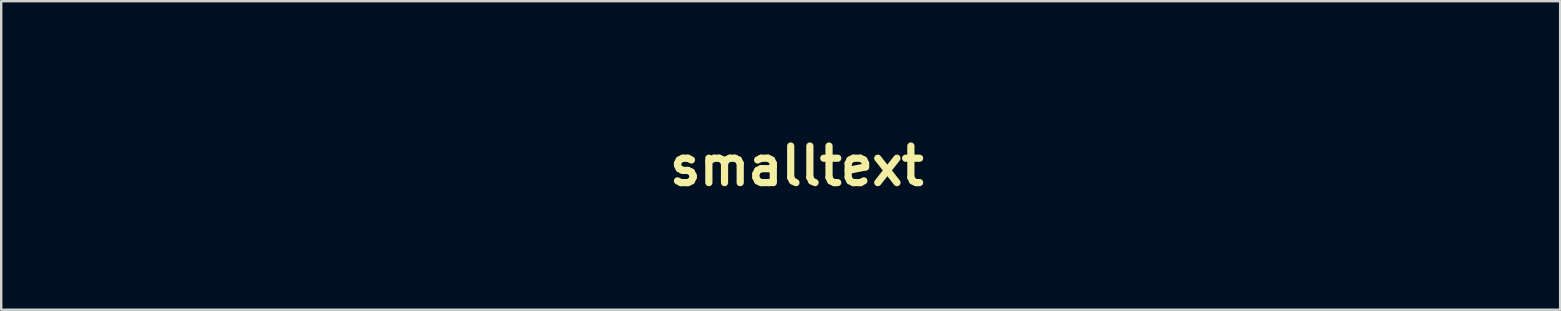
<source format=kicad_pcb>
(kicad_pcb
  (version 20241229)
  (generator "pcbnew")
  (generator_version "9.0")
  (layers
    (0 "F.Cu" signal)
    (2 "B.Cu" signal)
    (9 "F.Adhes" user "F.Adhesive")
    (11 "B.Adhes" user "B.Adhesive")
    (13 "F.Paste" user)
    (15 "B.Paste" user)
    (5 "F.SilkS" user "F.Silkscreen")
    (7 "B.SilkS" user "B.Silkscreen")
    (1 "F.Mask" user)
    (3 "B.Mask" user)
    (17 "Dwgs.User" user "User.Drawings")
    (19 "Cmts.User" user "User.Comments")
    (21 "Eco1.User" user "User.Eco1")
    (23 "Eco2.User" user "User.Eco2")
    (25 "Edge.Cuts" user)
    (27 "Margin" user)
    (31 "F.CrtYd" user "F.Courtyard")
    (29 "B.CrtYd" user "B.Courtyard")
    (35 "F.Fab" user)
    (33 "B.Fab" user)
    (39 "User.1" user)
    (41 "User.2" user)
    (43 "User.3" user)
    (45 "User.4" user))
  (footprint "smalltext"
    (layer "F.Cu")
    (at 30.154 3.87)
    (property "Reference" "smalltext" (at 0 0 0) (layer "F.SilkS") (effects (font (size 1.524 1.524) (thickness 0.3))))
    (attr through_hole)
    (fp_poly (pts (xy -29.992 -3.206) (xy -29.957 -2.901) (xy -29.935 -2.418) (xy -29.928 -1.822) (xy -29.936 -1.193) (xy -29.958 -0.72) (xy -29.994 -0.426) (xy -30.038 -0.331) (xy -30.085 -0.438) (xy -30.12 -0.744) (xy -30.142 -1.227) (xy -30.149 -1.822) (xy -30.141 -2.452) (xy -30.118 -2.925) (xy -30.082 -3.219) (xy -30.038 -3.313) (xy -29.992 -3.206)) (stroke (width 0.01) (type solid)) (fill yes) (layer "F.Paste"))
    (fp_poly (pts (xy -29.992 0.107) (xy -29.957 0.412) (xy -29.935 0.895) (xy -29.928 1.491) (xy -29.936 2.121) (xy -29.958 2.593) (xy -29.994 2.887) (xy -30.038 2.982) (xy -30.085 2.875) (xy -30.12 2.569) (xy -30.142 2.086) (xy -30.149 1.491) (xy -30.141 0.861) (xy -30.118 0.388) (xy -30.082 0.094) (xy -30.038 0) (xy -29.992 0.107)) (stroke (width 0.01) (type solid)) (fill yes) (layer "F.Paste"))
    (fp_poly (pts (xy -24.691 -3.206) (xy -24.656 -2.901) (xy -24.634 -2.418) (xy -24.627 -1.822) (xy -24.635 -1.193) (xy -24.658 -0.72) (xy -24.693 -0.426) (xy -24.737 -0.331) (xy -24.784 -0.438) (xy -24.819 -0.744) (xy -24.841 -1.227) (xy -24.848 -1.822) (xy -24.84 -2.452) (xy -24.817 -2.925) (xy -24.782 -3.219) (xy -24.737 -3.313) (xy -24.691 -3.206)) (stroke (width 0.01) (type solid)) (fill yes) (layer "F.Paste"))
    (fp_poly (pts (xy -24.691 0.107) (xy -24.656 0.412) (xy -24.634 0.895) (xy -24.627 1.491) (xy -24.635 2.121) (xy -24.658 2.593) (xy -24.693 2.887) (xy -24.737 2.982) (xy -24.784 2.875) (xy -24.819 2.569) (xy -24.841 2.086) (xy -24.848 1.491) (xy -24.84 0.861) (xy -24.817 0.388) (xy -24.782 0.094) (xy -24.737 0) (xy -24.691 0.107)) (stroke (width 0.01) (type solid)) (fill yes) (layer "F.Paste"))
    (fp_poly (pts (xy -19.052 1.448) (xy -18.845 1.493) (xy -18.775 1.581) (xy -18.774 1.601) (xy -18.825 1.697) (xy -19.005 1.749) (xy -19.357 1.767) (xy -19.437 1.767) (xy -19.821 1.754) (xy -20.028 1.709) (xy -20.098 1.621) (xy -20.099 1.601) (xy -20.048 1.505) (xy -19.868 1.453) (xy -19.516 1.436) (xy -19.437 1.436) (xy -19.052 1.448)) (stroke (width 0.01) (type solid)) (fill yes) (layer "F.Paste"))
    (fp_poly (pts (xy -17.285 1.448) (xy -17.078 1.493) (xy -17.008 1.581) (xy -17.007 1.601) (xy -17.058 1.697) (xy -17.238 1.749) (xy -17.59 1.767) (xy -17.67 1.767) (xy -18.054 1.754) (xy -18.261 1.709) (xy -18.331 1.621) (xy -18.332 1.601) (xy -18.281 1.505) (xy -18.101 1.453) (xy -17.749 1.436) (xy -17.67 1.436) (xy -17.285 1.448)) (stroke (width 0.01) (type solid)) (fill yes) (layer "F.Paste"))
    (fp_poly (pts (xy -12.322 -3.206) (xy -12.287 -2.901) (xy -12.265 -2.418) (xy -12.258 -1.822) (xy -12.266 -1.193) (xy -12.289 -0.72) (xy -12.325 -0.426) (xy -12.369 -0.331) (xy -12.415 -0.438) (xy -12.45 -0.744) (xy -12.472 -1.227) (xy -12.479 -1.822) (xy -12.471 -2.452) (xy -12.449 -2.925) (xy -12.413 -3.219) (xy -12.369 -3.313) (xy -12.322 -3.206)) (stroke (width 0.01) (type solid)) (fill yes) (layer "F.Paste"))
    (fp_poly (pts (xy -12.322 0.107) (xy -12.287 0.412) (xy -12.265 0.895) (xy -12.258 1.491) (xy -12.266 2.121) (xy -12.289 2.593) (xy -12.325 2.887) (xy -12.369 2.982) (xy -12.415 2.875) (xy -12.45 2.569) (xy -12.472 2.086) (xy -12.479 1.491) (xy -12.471 0.861) (xy -12.449 0.388) (xy -12.413 0.094) (xy -12.369 0) (xy -12.322 0.107)) (stroke (width 0.01) (type solid)) (fill yes) (layer "F.Paste"))
    (fp_poly (pts (xy -7.021 -3.206) (xy -6.986 -2.901) (xy -6.964 -2.418) (xy -6.957 -1.822) (xy -6.965 -1.193) (xy -6.988 -0.72) (xy -7.024 -0.426) (xy -7.068 -0.331) (xy -7.114 -0.438) (xy -7.149 -0.744) (xy -7.171 -1.227) (xy -7.178 -1.822) (xy -7.17 -2.452) (xy -7.148 -2.925) (xy -7.112 -3.219) (xy -7.068 -3.313) (xy -7.021 -3.206)) (stroke (width 0.01) (type solid)) (fill yes) (layer "F.Paste"))
    (fp_poly (pts (xy -7.021 0.107) (xy -6.986 0.412) (xy -6.964 0.895) (xy -6.957 1.491) (xy -6.965 2.121) (xy -6.988 2.593) (xy -7.024 2.887) (xy -7.068 2.982) (xy -7.114 2.875) (xy -7.149 2.569) (xy -7.171 2.086) (xy -7.178 1.491) (xy -7.17 0.861) (xy -7.148 0.388) (xy -7.112 0.094) (xy -7.068 0) (xy -7.021 0.107)) (stroke (width 0.01) (type solid)) (fill yes) (layer "F.Paste"))
    (fp_poly (pts (xy -3.487 -3.206) (xy -3.452 -2.901) (xy -3.43 -2.418) (xy -3.423 -1.822) (xy -3.431 -1.193) (xy -3.454 -0.72) (xy -3.49 -0.426) (xy -3.534 -0.331) (xy -3.581 -0.438) (xy -3.616 -0.744) (xy -3.637 -1.227) (xy -3.644 -1.822) (xy -3.636 -2.452) (xy -3.614 -2.925) (xy -3.578 -3.219) (xy -3.534 -3.313) (xy -3.487 -3.206)) (stroke (width 0.01) (type solid)) (fill yes) (layer "F.Paste"))
    (fp_poly (pts (xy -3.487 0.107) (xy -3.452 0.412) (xy -3.43 0.895) (xy -3.423 1.491) (xy -3.431 2.121) (xy -3.454 2.593) (xy -3.49 2.887) (xy -3.534 2.982) (xy -3.581 2.875) (xy -3.616 2.569) (xy -3.637 2.086) (xy -3.644 1.491) (xy -3.636 0.861) (xy -3.614 0.388) (xy -3.578 0.094) (xy -3.534 0) (xy -3.487 0.107)) (stroke (width 0.01) (type solid)) (fill yes) (layer "F.Paste"))
    (fp_poly (pts (xy -1.329 -3.852) (xy -1.022 -3.817) (xy -0.886 -3.765) (xy -0.883 -3.755) (xy -0.987 -3.7) (xy -1.269 -3.662) (xy -1.688 -3.645) (xy -1.767 -3.644) (xy -2.204 -3.657) (xy -2.512 -3.693) (xy -2.647 -3.745) (xy -2.65 -3.755) (xy -2.547 -3.809) (xy -2.265 -3.848) (xy -1.846 -3.865) (xy -1.767 -3.865) (xy -1.329 -3.852)) (stroke (width 0.01) (type solid)) (fill yes) (layer "F.Paste"))
    (fp_poly (pts (xy -1.329 2.774) (xy -1.022 2.809) (xy -0.886 2.861) (xy -0.883 2.871) (xy -0.987 2.926) (xy -1.269 2.964) (xy -1.688 2.981) (xy -1.767 2.982) (xy -2.204 2.969) (xy -2.512 2.934) (xy -2.647 2.881) (xy -2.65 2.871) (xy -2.547 2.817) (xy -2.265 2.778) (xy -1.846 2.761) (xy -1.767 2.761) (xy -1.329 2.774)) (stroke (width 0.01) (type solid)) (fill yes) (layer "F.Paste"))
    (fp_poly (pts (xy 8.881 -3.206) (xy 8.916 -2.901) (xy 8.938 -2.418) (xy 8.945 -1.822) (xy 8.937 -1.193) (xy 8.915 -0.72) (xy 8.879 -0.426) (xy 8.835 -0.331) (xy 8.788 -0.438) (xy 8.753 -0.744) (xy 8.731 -1.227) (xy 8.724 -1.822) (xy 8.732 -2.452) (xy 8.755 -2.925) (xy 8.791 -3.219) (xy 8.835 -3.313) (xy 8.881 -3.206)) (stroke (width 0.01) (type solid)) (fill yes) (layer "F.Paste"))
    (fp_poly (pts (xy 11.039 -0.539) (xy 11.347 -0.504) (xy 11.482 -0.452) (xy 11.485 -0.442) (xy 11.382 -0.387) (xy 11.1 -0.349) (xy 10.681 -0.332) (xy 10.602 -0.331) (xy 10.164 -0.344) (xy 9.857 -0.379) (xy 9.721 -0.432) (xy 9.718 -0.442) (xy 9.822 -0.496) (xy 10.104 -0.535) (xy 10.523 -0.552) (xy 10.602 -0.552) (xy 11.039 -0.539)) (stroke (width 0.01) (type solid)) (fill yes) (layer "F.Paste"))
    (fp_poly (pts (xy 12.415 -3.206) (xy 12.45 -2.901) (xy 12.472 -2.418) (xy 12.479 -1.822) (xy 12.471 -1.193) (xy 12.449 -0.72) (xy 12.413 -0.426) (xy 12.369 -0.331) (xy 12.322 -0.438) (xy 12.287 -0.744) (xy 12.265 -1.227) (xy 12.258 -1.822) (xy 12.266 -2.452) (xy 12.289 -2.925) (xy 12.325 -3.219) (xy 12.369 -3.313) (xy 12.415 -3.206)) (stroke (width 0.01) (type solid)) (fill yes) (layer "F.Paste"))
    (fp_poly (pts (xy 12.415 0.107) (xy 12.45 0.412) (xy 12.472 0.895) (xy 12.479 1.491) (xy 12.471 2.121) (xy 12.449 2.593) (xy 12.413 2.887) (xy 12.369 2.982) (xy 12.322 2.875) (xy 12.287 2.569) (xy 12.265 2.086) (xy 12.258 1.491) (xy 12.266 0.861) (xy 12.289 0.388) (xy 12.325 0.094) (xy 12.369 0) (xy 12.415 0.107)) (stroke (width 0.01) (type solid)) (fill yes) (layer "F.Paste"))
    (fp_poly (pts (xy 14.573 -0.539) (xy 14.881 -0.504) (xy 15.016 -0.452) (xy 15.019 -0.442) (xy 14.916 -0.387) (xy 14.634 -0.349) (xy 14.215 -0.332) (xy 14.136 -0.331) (xy 13.698 -0.344) (xy 13.391 -0.379) (xy 13.255 -0.432) (xy 13.252 -0.442) (xy 13.355 -0.496) (xy 13.638 -0.535) (xy 14.057 -0.552) (xy 14.136 -0.552) (xy 14.573 -0.539)) (stroke (width 0.01) (type solid)) (fill yes) (layer "F.Paste"))
    (fp_poly (pts (xy 19.874 -3.852) (xy 20.181 -3.817) (xy 20.317 -3.765) (xy 20.32 -3.755) (xy 20.217 -3.7) (xy 19.935 -3.662) (xy 19.516 -3.645) (xy 19.437 -3.644) (xy 18.999 -3.657) (xy 18.692 -3.693) (xy 18.556 -3.745) (xy 18.553 -3.755) (xy 18.656 -3.809) (xy 18.938 -3.848) (xy 19.357 -3.865) (xy 19.437 -3.865) (xy 19.874 -3.852)) (stroke (width 0.01) (type solid)) (fill yes) (layer "F.Paste"))
    (fp_poly (pts (xy 19.874 2.774) (xy 20.181 2.809) (xy 20.317 2.861) (xy 20.32 2.871) (xy 20.217 2.926) (xy 19.935 2.964) (xy 19.516 2.981) (xy 19.437 2.982) (xy 18.999 2.969) (xy 18.692 2.934) (xy 18.556 2.881) (xy 18.553 2.871) (xy 18.656 2.817) (xy 18.938 2.778) (xy 19.357 2.761) (xy 19.437 2.761) (xy 19.874 2.774)) (stroke (width 0.01) (type solid)) (fill yes) (layer "F.Paste"))
    (fp_poly (pts (xy 26.942 -3.852) (xy 27.249 -3.817) (xy 27.385 -3.765) (xy 27.388 -3.755) (xy 27.285 -3.7) (xy 27.002 -3.662) (xy 26.583 -3.645) (xy 26.504 -3.644) (xy 26.067 -3.657) (xy 25.759 -3.693) (xy 25.624 -3.745) (xy 25.621 -3.755) (xy 25.724 -3.809) (xy 26.006 -3.848) (xy 26.425 -3.865) (xy 26.504 -3.865) (xy 26.942 -3.852)) (stroke (width 0.01) (type solid)) (fill yes) (layer "F.Paste"))
    (fp_poly (pts (xy 26.942 2.774) (xy 27.249 2.809) (xy 27.385 2.861) (xy 27.388 2.871) (xy 27.285 2.926) (xy 27.002 2.964) (xy 26.583 2.981) (xy 26.504 2.982) (xy 26.067 2.969) (xy 25.759 2.934) (xy 25.624 2.881) (xy 25.621 2.871) (xy 25.724 2.817) (xy 26.006 2.778) (xy 26.425 2.761) (xy 26.504 2.761) (xy 26.942 2.774)) (stroke (width 0.01) (type solid)) (fill yes) (layer "F.Paste"))
    (fp_poly (pts (xy -28.728 -2.955) (xy -28.596 -2.766) (xy -28.413 -2.441) (xy -28.233 -2.085) (xy -27.99 -1.58) (xy -27.834 -1.241) (xy -27.754 -1.034) (xy -27.737 -0.927) (xy -27.775 -0.888) (xy -27.824 -0.883) (xy -27.913 -0.977) (xy -28.067 -1.229) (xy -28.259 -1.595) (xy -28.38 -1.845) (xy -28.571 -2.279) (xy -28.712 -2.649) (xy -28.785 -2.905) (xy -28.789 -2.977) (xy -28.728 -2.955)) (stroke (width 0.01) (type solid)) (fill yes) (layer "F.Paste"))
    (fp_poly (pts (xy -26.961 0.358) (xy -26.829 0.547) (xy -26.646 0.872) (xy -26.466 1.228) (xy -26.223 1.733) (xy -26.067 2.072) (xy -25.987 2.279) (xy -25.97 2.386) (xy -26.008 2.425) (xy -26.057 2.43) (xy -26.146 2.336) (xy -26.3 2.084) (xy -26.492 1.718) (xy -26.613 1.468) (xy -26.804 1.035) (xy -26.945 0.664) (xy -27.018 0.408) (xy -27.022 0.336) (xy -26.961 0.358)) (stroke (width 0.01) (type solid)) (fill yes) (layer "F.Paste"))
    (fp_poly (pts (xy -20.711 0.503) (xy -20.813 0.801) (xy -20.967 1.178) (xy -21.149 1.58) (xy -21.335 1.955) (xy -21.5 2.25) (xy -21.62 2.413) (xy -21.651 2.43) (xy -21.754 2.373) (xy -21.756 2.36) (xy -21.711 2.205) (xy -21.592 1.931) (xy -21.423 1.582) (xy -21.229 1.206) (xy -21.034 0.847) (xy -20.862 0.553) (xy -20.738 0.368) (xy -20.686 0.336) (xy -20.711 0.503)) (stroke (width 0.01) (type solid)) (fill yes) (layer "F.Paste"))
    (fp_poly (pts (xy -18.945 -2.81) (xy -19.046 -2.512) (xy -19.2 -2.136) (xy -19.382 -1.733) (xy -19.568 -1.358) (xy -19.733 -1.063) (xy -19.853 -0.9) (xy -19.884 -0.883) (xy -19.987 -0.94) (xy -19.989 -0.954) (xy -19.944 -1.108) (xy -19.825 -1.382) (xy -19.656 -1.731) (xy -19.462 -2.107) (xy -19.267 -2.466) (xy -19.095 -2.76) (xy -18.971 -2.945) (xy -18.919 -2.977) (xy -18.945 -2.81)) (stroke (width 0.01) (type solid)) (fill yes) (layer "F.Paste"))
    (fp_poly (pts (xy -18.126 -2.955) (xy -17.994 -2.766) (xy -17.811 -2.441) (xy -17.631 -2.085) (xy -17.389 -1.58) (xy -17.232 -1.241) (xy -17.152 -1.034) (xy -17.136 -0.927) (xy -17.173 -0.888) (xy -17.223 -0.883) (xy -17.311 -0.977) (xy -17.465 -1.229) (xy -17.657 -1.595) (xy -17.778 -1.845) (xy -17.969 -2.279) (xy -18.111 -2.649) (xy -18.183 -2.905) (xy -18.187 -2.977) (xy -18.126 -2.955)) (stroke (width 0.01) (type solid)) (fill yes) (layer "F.Paste"))
    (fp_poly (pts (xy -16.36 0.358) (xy -16.227 0.547) (xy -16.044 0.872) (xy -15.864 1.228) (xy -15.622 1.733) (xy -15.465 2.072) (xy -15.385 2.279) (xy -15.369 2.386) (xy -15.406 2.425) (xy -15.456 2.43) (xy -15.545 2.336) (xy -15.698 2.084) (xy -15.89 1.718) (xy -16.011 1.468) (xy -16.202 1.035) (xy -16.344 0.664) (xy -16.416 0.408) (xy -16.42 0.336) (xy -16.36 0.358)) (stroke (width 0.01) (type solid)) (fill yes) (layer "F.Paste"))
    (fp_poly (pts (xy -11.059 -2.955) (xy -10.926 -2.766) (xy -10.743 -2.441) (xy -10.563 -2.085) (xy -10.321 -1.58) (xy -10.165 -1.241) (xy -10.084 -1.034) (xy -10.068 -0.927) (xy -10.105 -0.888) (xy -10.155 -0.883) (xy -10.244 -0.977) (xy -10.397 -1.229) (xy -10.59 -1.595) (xy -10.711 -1.845) (xy -10.901 -2.279) (xy -11.043 -2.649) (xy -11.116 -2.905) (xy -11.119 -2.977) (xy -11.059 -2.955)) (stroke (width 0.01) (type solid)) (fill yes) (layer "F.Paste"))
    (fp_poly (pts (xy -9.292 0.358) (xy -9.159 0.547) (xy -8.976 0.872) (xy -8.796 1.228) (xy -8.554 1.733) (xy -8.398 2.072) (xy -8.317 2.279) (xy -8.301 2.386) (xy -8.338 2.425) (xy -8.388 2.43) (xy -8.477 2.336) (xy -8.63 2.084) (xy -8.823 1.718) (xy -8.944 1.468) (xy -9.135 1.035) (xy -9.276 0.664) (xy -9.349 0.408) (xy -9.352 0.336) (xy -9.292 0.358)) (stroke (width 0.01) (type solid)) (fill yes) (layer "F.Paste"))
    (fp_poly (pts (xy -0.457 -2.955) (xy -0.325 -2.766) (xy -0.141 -2.441) (xy 0.038 -2.085) (xy 0.281 -1.58) (xy 0.437 -1.241) (xy 0.518 -1.034) (xy 0.534 -0.927) (xy 0.497 -0.888) (xy 0.447 -0.883) (xy 0.358 -0.977) (xy 0.205 -1.229) (xy 0.012 -1.595) (xy -0.109 -1.845) (xy -0.3 -2.279) (xy -0.441 -2.649) (xy -0.514 -2.905) (xy -0.518 -2.977) (xy -0.457 -2.955)) (stroke (width 0.01) (type solid)) (fill yes) (layer "F.Paste"))
    (fp_poly (pts (xy 0.492 0.503) (xy 0.39 0.801) (xy 0.236 1.178) (xy 0.054 1.58) (xy -0.131 1.955) (xy -0.296 2.25) (xy -0.417 2.413) (xy -0.447 2.43) (xy -0.55 2.373) (xy -0.552 2.36) (xy -0.507 2.205) (xy -0.388 1.931) (xy -0.219 1.582) (xy -0.025 1.206) (xy 0.17 0.847) (xy 0.341 0.553) (xy 0.466 0.368) (xy 0.518 0.336) (xy 0.492 0.503)) (stroke (width 0.01) (type solid)) (fill yes) (layer "F.Paste"))
    (fp_poly (pts (xy 4.026 0.503) (xy 3.924 0.801) (xy 3.77 1.178) (xy 3.588 1.58) (xy 3.402 1.955) (xy 3.237 2.25) (xy 3.117 2.413) (xy 3.087 2.43) (xy 2.984 2.373) (xy 2.982 2.36) (xy 3.027 2.205) (xy 3.146 1.931) (xy 3.315 1.582) (xy 3.509 1.206) (xy 3.704 0.847) (xy 3.875 0.553) (xy 4 0.368) (xy 4.051 0.336) (xy 4.026 0.503)) (stroke (width 0.01) (type solid)) (fill yes) (layer "F.Paste"))
    (fp_poly (pts (xy 5.793 -2.81) (xy 5.691 -2.512) (xy 5.537 -2.136) (xy 5.355 -1.733) (xy 5.169 -1.358) (xy 5.004 -1.063) (xy 4.884 -0.9) (xy 4.854 -0.883) (xy 4.751 -0.94) (xy 4.749 -0.954) (xy 4.794 -1.108) (xy 4.913 -1.382) (xy 5.081 -1.731) (xy 5.275 -2.107) (xy 5.471 -2.466) (xy 5.642 -2.76) (xy 5.767 -2.945) (xy 5.818 -2.977) (xy 5.793 -2.81)) (stroke (width 0.01) (type solid)) (fill yes) (layer "F.Paste"))
    (fp_poly (pts (xy 17.213 0.358) (xy 17.345 0.547) (xy 17.528 0.872) (xy 17.708 1.228) (xy 17.951 1.733) (xy 18.107 2.072) (xy 18.187 2.279) (xy 18.203 2.386) (xy 18.166 2.425) (xy 18.117 2.43) (xy 18.028 2.336) (xy 17.874 2.084) (xy 17.682 1.718) (xy 17.561 1.468) (xy 17.37 1.035) (xy 17.228 0.664) (xy 17.156 0.408) (xy 17.152 0.336) (xy 17.213 0.358)) (stroke (width 0.01) (type solid)) (fill yes) (layer "F.Paste"))
    (fp_poly (pts (xy 18.162 -2.81) (xy 18.06 -2.512) (xy 17.906 -2.136) (xy 17.724 -1.733) (xy 17.538 -1.358) (xy 17.373 -1.063) (xy 17.253 -0.9) (xy 17.223 -0.883) (xy 17.119 -0.94) (xy 17.117 -0.954) (xy 17.162 -1.108) (xy 17.281 -1.382) (xy 17.45 -1.731) (xy 17.644 -2.107) (xy 17.839 -2.466) (xy 18.011 -2.76) (xy 18.135 -2.945) (xy 18.187 -2.977) (xy 18.162 -2.81)) (stroke (width 0.01) (type solid)) (fill yes) (layer "F.Paste"))
    (fp_poly (pts (xy 20.747 -2.955) (xy 20.879 -2.766) (xy 21.062 -2.441) (xy 21.242 -2.085) (xy 21.485 -1.58) (xy 21.641 -1.241) (xy 21.721 -1.034) (xy 21.737 -0.927) (xy 21.7 -0.888) (xy 21.651 -0.883) (xy 21.562 -0.977) (xy 21.408 -1.229) (xy 21.216 -1.595) (xy 21.095 -1.845) (xy 20.904 -2.279) (xy 20.762 -2.649) (xy 20.69 -2.905) (xy 20.686 -2.977) (xy 20.747 -2.955)) (stroke (width 0.01) (type solid)) (fill yes) (layer "F.Paste"))
    (fp_poly (pts (xy 21.695 0.503) (xy 21.594 0.801) (xy 21.44 1.178) (xy 21.258 1.58) (xy 21.072 1.955) (xy 20.907 2.25) (xy 20.787 2.413) (xy 20.756 2.43) (xy 20.653 2.373) (xy 20.651 2.36) (xy 20.696 2.205) (xy 20.815 1.931) (xy 20.984 1.582) (xy 21.178 1.206) (xy 21.373 0.847) (xy 21.545 0.553) (xy 21.669 0.368) (xy 21.721 0.336) (xy 21.695 0.503)) (stroke (width 0.01) (type solid)) (fill yes) (layer "F.Paste"))
    (fp_poly (pts (xy 24.28 0.358) (xy 24.413 0.547) (xy 24.596 0.872) (xy 24.776 1.228) (xy 25.018 1.733) (xy 25.175 2.072) (xy 25.255 2.279) (xy 25.271 2.386) (xy 25.234 2.425) (xy 25.184 2.43) (xy 25.095 2.336) (xy 24.942 2.084) (xy 24.75 1.718) (xy 24.629 1.468) (xy 24.438 1.035) (xy 24.296 0.664) (xy 24.224 0.408) (xy 24.22 0.336) (xy 24.28 0.358)) (stroke (width 0.01) (type solid)) (fill yes) (layer "F.Paste"))
    (fp_poly (pts (xy 25.229 -2.81) (xy 25.127 -2.512) (xy 24.973 -2.136) (xy 24.791 -1.733) (xy 24.606 -1.358) (xy 24.441 -1.063) (xy 24.321 -0.9) (xy 24.29 -0.883) (xy 24.187 -0.94) (xy 24.185 -0.954) (xy 24.23 -1.108) (xy 24.349 -1.382) (xy 24.518 -1.731) (xy 24.712 -2.107) (xy 24.907 -2.466) (xy 25.079 -2.76) (xy 25.203 -2.945) (xy 25.255 -2.977) (xy 25.229 -2.81)) (stroke (width 0.01) (type solid)) (fill yes) (layer "F.Paste"))
    (fp_poly (pts (xy 27.814 -2.955) (xy 27.947 -2.766) (xy 28.13 -2.441) (xy 28.31 -2.085) (xy 28.552 -1.58) (xy 28.708 -1.241) (xy 28.789 -1.034) (xy 28.805 -0.927) (xy 28.768 -0.888) (xy 28.718 -0.883) (xy 28.629 -0.977) (xy 28.476 -1.229) (xy 28.284 -1.595) (xy 28.163 -1.845) (xy 27.972 -2.279) (xy 27.83 -2.649) (xy 27.757 -2.905) (xy 27.754 -2.977) (xy 27.814 -2.955)) (stroke (width 0.01) (type solid)) (fill yes) (layer "F.Paste"))
    (fp_poly (pts (xy 28.763 0.503) (xy 28.661 0.801) (xy 28.507 1.178) (xy 28.325 1.58) (xy 28.14 1.955) (xy 27.975 2.25) (xy 27.855 2.413) (xy 27.824 2.43) (xy 27.721 2.373) (xy 27.719 2.36) (xy 27.764 2.205) (xy 27.883 1.931) (xy 28.052 1.582) (xy 28.246 1.206) (xy 28.441 0.847) (xy 28.613 0.553) (xy 28.737 0.368) (xy 28.789 0.336) (xy 28.763 0.503)) (stroke (width 0.01) (type solid)) (fill yes) (layer "F.Paste"))
    (fp_poly (pts (xy 5.121 -3.859) (xy 5.661 -3.839) (xy 6.019 -3.808) (xy 6.178 -3.766) (xy 6.184 -3.755) (xy 6.077 -3.711) (xy 5.766 -3.677) (xy 5.269 -3.655) (xy 4.604 -3.645) (xy 4.417 -3.644) (xy 3.713 -3.651) (xy 3.174 -3.67) (xy 2.816 -3.702) (xy 2.657 -3.743) (xy 2.65 -3.755) (xy 2.758 -3.799) (xy 3.069 -3.833) (xy 3.565 -3.855) (xy 4.231 -3.865) (xy 4.417 -3.865) (xy 5.121 -3.859)) (stroke (width 0.01) (type solid)) (fill yes) (layer "F.Paste")))
  (gr_rect
    (start -3 -3)
    (end 61.964 9.857)
    (stroke (width 0.1) (type default))
    (fill no)
    (layer "Edge.Cuts")))
</source>
